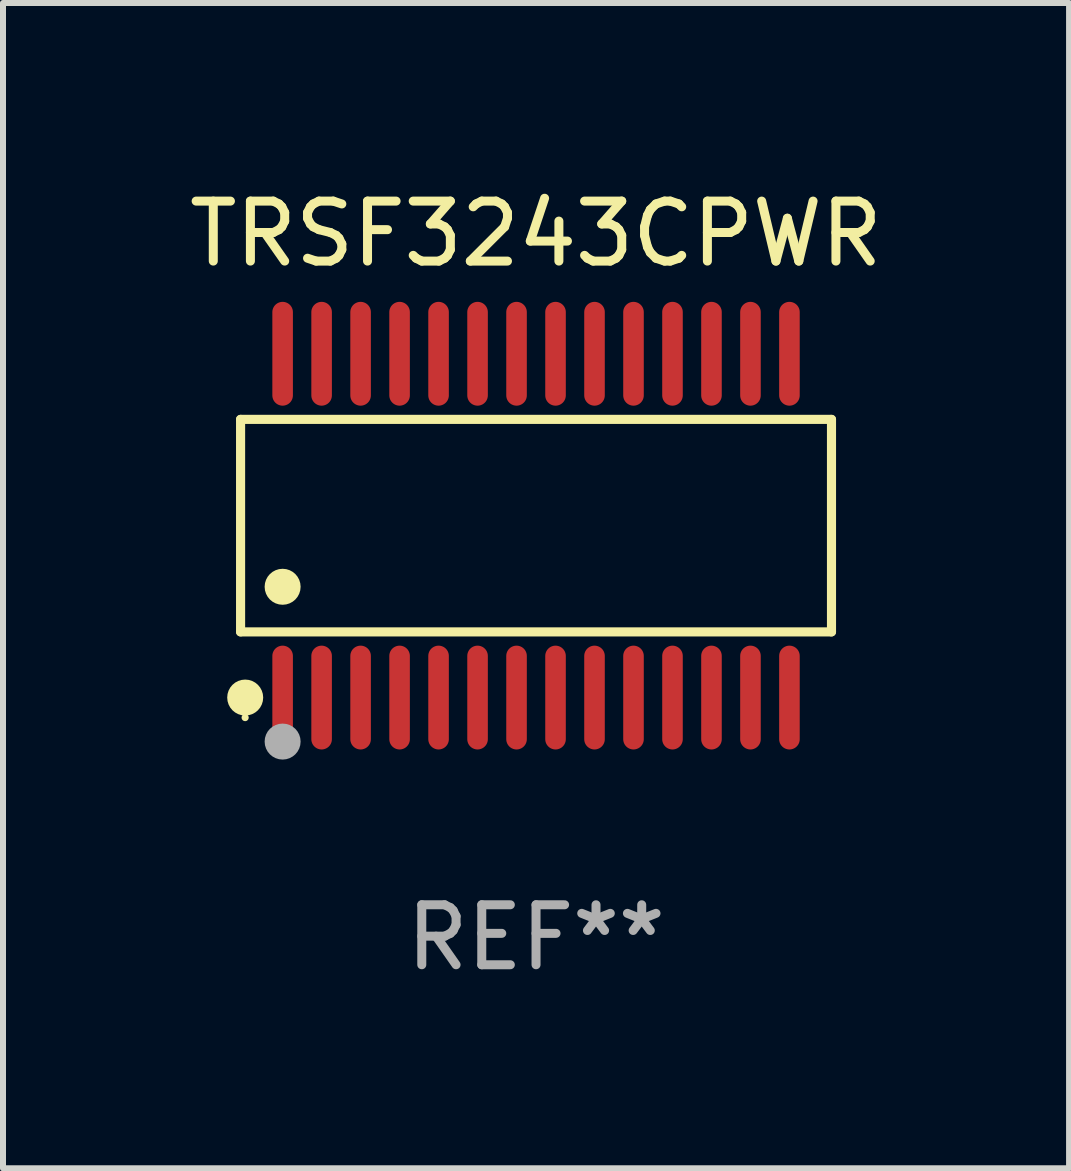
<source format=kicad_pcb>
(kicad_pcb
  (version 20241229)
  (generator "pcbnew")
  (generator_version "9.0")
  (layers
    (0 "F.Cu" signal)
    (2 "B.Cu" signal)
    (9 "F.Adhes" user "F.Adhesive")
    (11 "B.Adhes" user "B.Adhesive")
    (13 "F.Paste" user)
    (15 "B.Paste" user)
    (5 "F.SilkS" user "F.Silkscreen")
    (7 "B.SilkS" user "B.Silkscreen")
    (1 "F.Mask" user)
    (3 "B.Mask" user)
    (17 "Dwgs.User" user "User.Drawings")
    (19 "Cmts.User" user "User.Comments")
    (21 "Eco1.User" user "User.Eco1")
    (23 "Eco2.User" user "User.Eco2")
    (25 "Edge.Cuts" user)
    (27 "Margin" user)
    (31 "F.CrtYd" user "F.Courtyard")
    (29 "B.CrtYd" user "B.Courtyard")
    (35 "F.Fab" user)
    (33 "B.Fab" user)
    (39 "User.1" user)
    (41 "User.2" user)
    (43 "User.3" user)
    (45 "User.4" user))
  (footprint "TRSF3243CPWR"
    (layer "F.Cu")
    (at 5.887 5.714)
    (property "Reference" "TRSF3243CPWR" (at 0 -4.866 0) (layer "F.SilkS") (effects (font (size 1 1) (thickness 0.15))))
    (attr through_hole)
    (fp_line (start -4.926 -1.772) (end 4.926 -1.772) (stroke (width 0.152) (type solid)) (layer "F.SilkS"))
    (fp_line (start -4.926 1.771) (end -4.926 -1.772) (stroke (width 0.152) (type solid)) (layer "F.SilkS"))
    (fp_line (start 4.926 -1.772) (end 4.926 1.771) (stroke (width 0.152) (type solid)) (layer "F.SilkS"))
    (fp_line (start 4.926 1.771) (end -4.926 1.771) (stroke (width 0.152) (type solid)) (layer "F.SilkS"))
    (fp_circle (center -4.85 3.2) (end -4.82 3.2) (stroke (width 0.06) (type solid)) (fill no) (layer "F.SilkS"))
    (fp_circle (center -4.849 2.866) (end -4.699 2.866) (stroke (width 0.3) (type solid)) (fill no) (layer "F.SilkS"))
    (fp_circle (center -4.225 1.019) (end -4.075 1.019) (stroke (width 0.3) (type solid)) (fill no) (layer "F.SilkS"))
    (fp_circle (center -4.225 3.6) (end -4.075 3.6) (stroke (width 0.3) (type solid)) (fill no) (layer "F.Fab"))
    (fp_text user "REF**" (at 0 6.866 0) (layer "F.Fab") (effects (font (size 1 1) (thickness 0.15))))
    (pad "1" smd oval (at -4.225 2.866) (size 0.343 1.731) (layers "F.Cu" "F.Mask" "F.Paste"))
    (pad "2" smd oval (at -3.575 2.866) (size 0.343 1.731) (layers "F.Cu" "F.Mask" "F.Paste"))
    (pad "3" smd oval (at -2.925 2.866) (size 0.343 1.731) (layers "F.Cu" "F.Mask" "F.Paste"))
    (pad "4" smd oval (at -2.275 2.866) (size 0.343 1.731) (layers "F.Cu" "F.Mask" "F.Paste"))
    (pad "5" smd oval (at -1.625 2.866) (size 0.343 1.731) (layers "F.Cu" "F.Mask" "F.Paste"))
    (pad "6" smd oval (at -0.975 2.866) (size 0.343 1.731) (layers "F.Cu" "F.Mask" "F.Paste"))
    (pad "7" smd oval (at -0.325 2.866) (size 0.343 1.731) (layers "F.Cu" "F.Mask" "F.Paste"))
    (pad "8" smd oval (at 0.325 2.866) (size 0.343 1.731) (layers "F.Cu" "F.Mask" "F.Paste"))
    (pad "9" smd oval (at 0.975 2.866) (size 0.343 1.731) (layers "F.Cu" "F.Mask" "F.Paste"))
    (pad "10" smd oval (at 1.625 2.866) (size 0.343 1.731) (layers "F.Cu" "F.Mask" "F.Paste"))
    (pad "11" smd oval (at 2.275 2.866) (size 0.343 1.731) (layers "F.Cu" "F.Mask" "F.Paste"))
    (pad "12" smd oval (at 2.925 2.866) (size 0.343 1.731) (layers "F.Cu" "F.Mask" "F.Paste"))
    (pad "13" smd oval (at 3.575 2.866) (size 0.343 1.731) (layers "F.Cu" "F.Mask" "F.Paste"))
    (pad "14" smd oval (at 4.225 2.866) (size 0.343 1.731) (layers "F.Cu" "F.Mask" "F.Paste"))
    (pad "15" smd oval (at 4.225 -2.866) (size 0.343 1.731) (layers "F.Cu" "F.Mask" "F.Paste"))
    (pad "16" smd oval (at 3.575 -2.866) (size 0.343 1.731) (layers "F.Cu" "F.Mask" "F.Paste"))
    (pad "17" smd oval (at 2.925 -2.866) (size 0.343 1.731) (layers "F.Cu" "F.Mask" "F.Paste"))
    (pad "18" smd oval (at 2.275 -2.866) (size 0.343 1.731) (layers "F.Cu" "F.Mask" "F.Paste"))
    (pad "19" smd oval (at 1.625 -2.866) (size 0.343 1.731) (layers "F.Cu" "F.Mask" "F.Paste"))
    (pad "20" smd oval (at 0.975 -2.866) (size 0.343 1.731) (layers "F.Cu" "F.Mask" "F.Paste"))
    (pad "21" smd oval (at 0.325 -2.866) (size 0.343 1.731) (layers "F.Cu" "F.Mask" "F.Paste"))
    (pad "22" smd oval (at -0.325 -2.866) (size 0.343 1.731) (layers "F.Cu" "F.Mask" "F.Paste"))
    (pad "23" smd oval (at -0.975 -2.866) (size 0.343 1.731) (layers "F.Cu" "F.Mask" "F.Paste"))
    (pad "24" smd oval (at -1.625 -2.866) (size 0.343 1.731) (layers "F.Cu" "F.Mask" "F.Paste"))
    (pad "25" smd oval (at -2.275 -2.866) (size 0.343 1.731) (layers "F.Cu" "F.Mask" "F.Paste"))
    (pad "26" smd oval (at -2.925 -2.866) (size 0.343 1.731) (layers "F.Cu" "F.Mask" "F.Paste"))
    (pad "27" smd oval (at -3.575 -2.866) (size 0.343 1.731) (layers "F.Cu" "F.Mask" "F.Paste"))
    (pad "28" smd oval (at -4.225 -2.866) (size 0.343 1.731) (layers "F.Cu" "F.Mask" "F.Paste")))
  (gr_rect
    (start -3 -3)
    (end 14.774 16.428)
    (stroke (width 0.1) (type default))
    (fill no)
    (layer "Edge.Cuts")))
</source>
